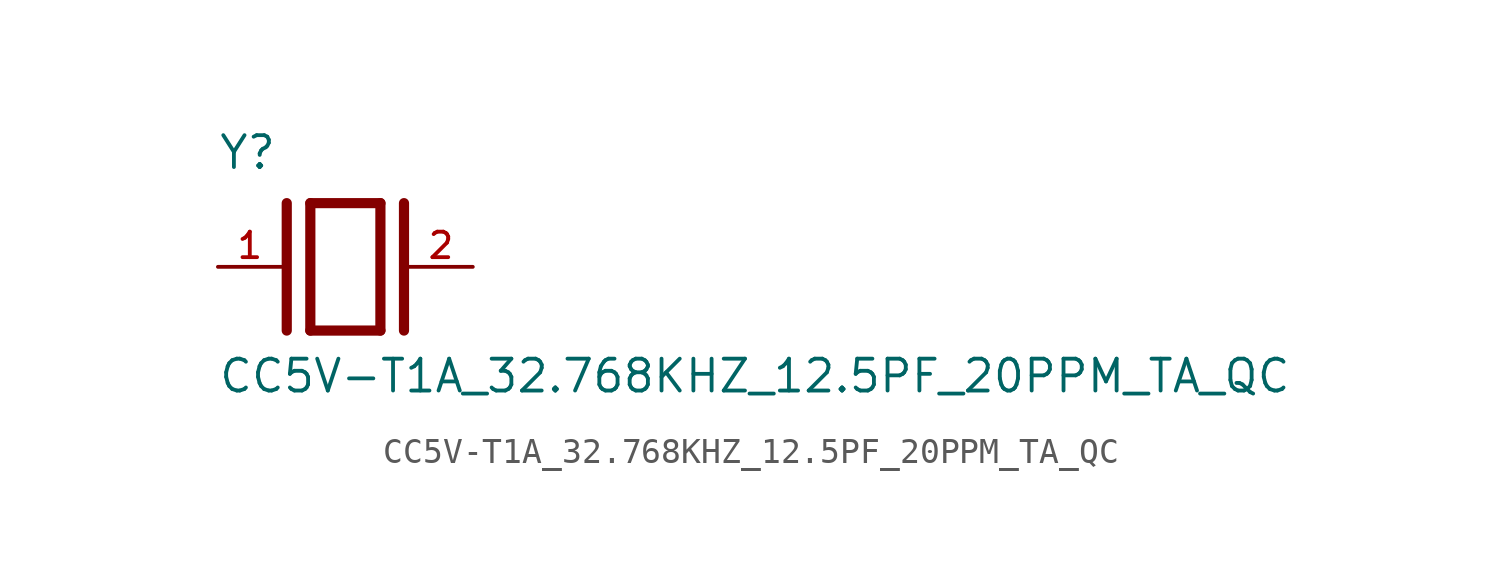
<source format=kicad_sym>
(kicad_symbol_lib
  (version 20211014)
  (generator kicad_symbol_editor)
  (symbol "CC5V-T1A_32.768KHZ_12.5PF_20PPM_TA_QC"
    (pin_names
      (offset 1.016))
    (property "Reference" "Y"
      (at -5.088 3.816 0)
      (effects (font (size 1.27 1.27)) (justify bottom left)))
    (property "Value" "CC5V-T1A_32.768KHZ_12.5PF_20PPM_TA_QC"
      (at -5.094 -5.094 0)
      (effects (font (size 1.27 1.27)) (justify bottom left)))
    (symbol "CC5V-T1A_32.768KHZ_12.5PF_20PPM_TA_QC_0_0"
      (polyline (pts (xy -1.397 2.54) (xy 1.397 2.54)) (stroke (width 0.406)))
      (polyline (pts (xy 1.397 2.54) (xy 1.397 -2.54)) (stroke (width 0.406)))
      (polyline (pts (xy 1.397 -2.54) (xy -1.397 -2.54)) (stroke (width 0.406)))
      (polyline (pts (xy -1.397 2.54) (xy -1.397 -2.54)) (stroke (width 0.406)))
      (polyline (pts (xy 2.337 2.54) (xy 2.337 -2.54)) (stroke (width 0.406)))
      (polyline (pts (xy -2.337 2.54) (xy -2.337 -2.54)) (stroke (width 0.406)))
      (pin passive line (at 5.08 0.0 180.0) (length 2.54) (name "~" (effects (font (size 1.016 1.016)))) (number "2" (effects (font (size 1.016 1.016)))))
      (pin passive line (at -5.08 0.0 0) (length 2.54) (name "~" (effects (font (size 1.016 1.016)))) (number "1" (effects (font (size 1.016 1.016))))))))
</source>
